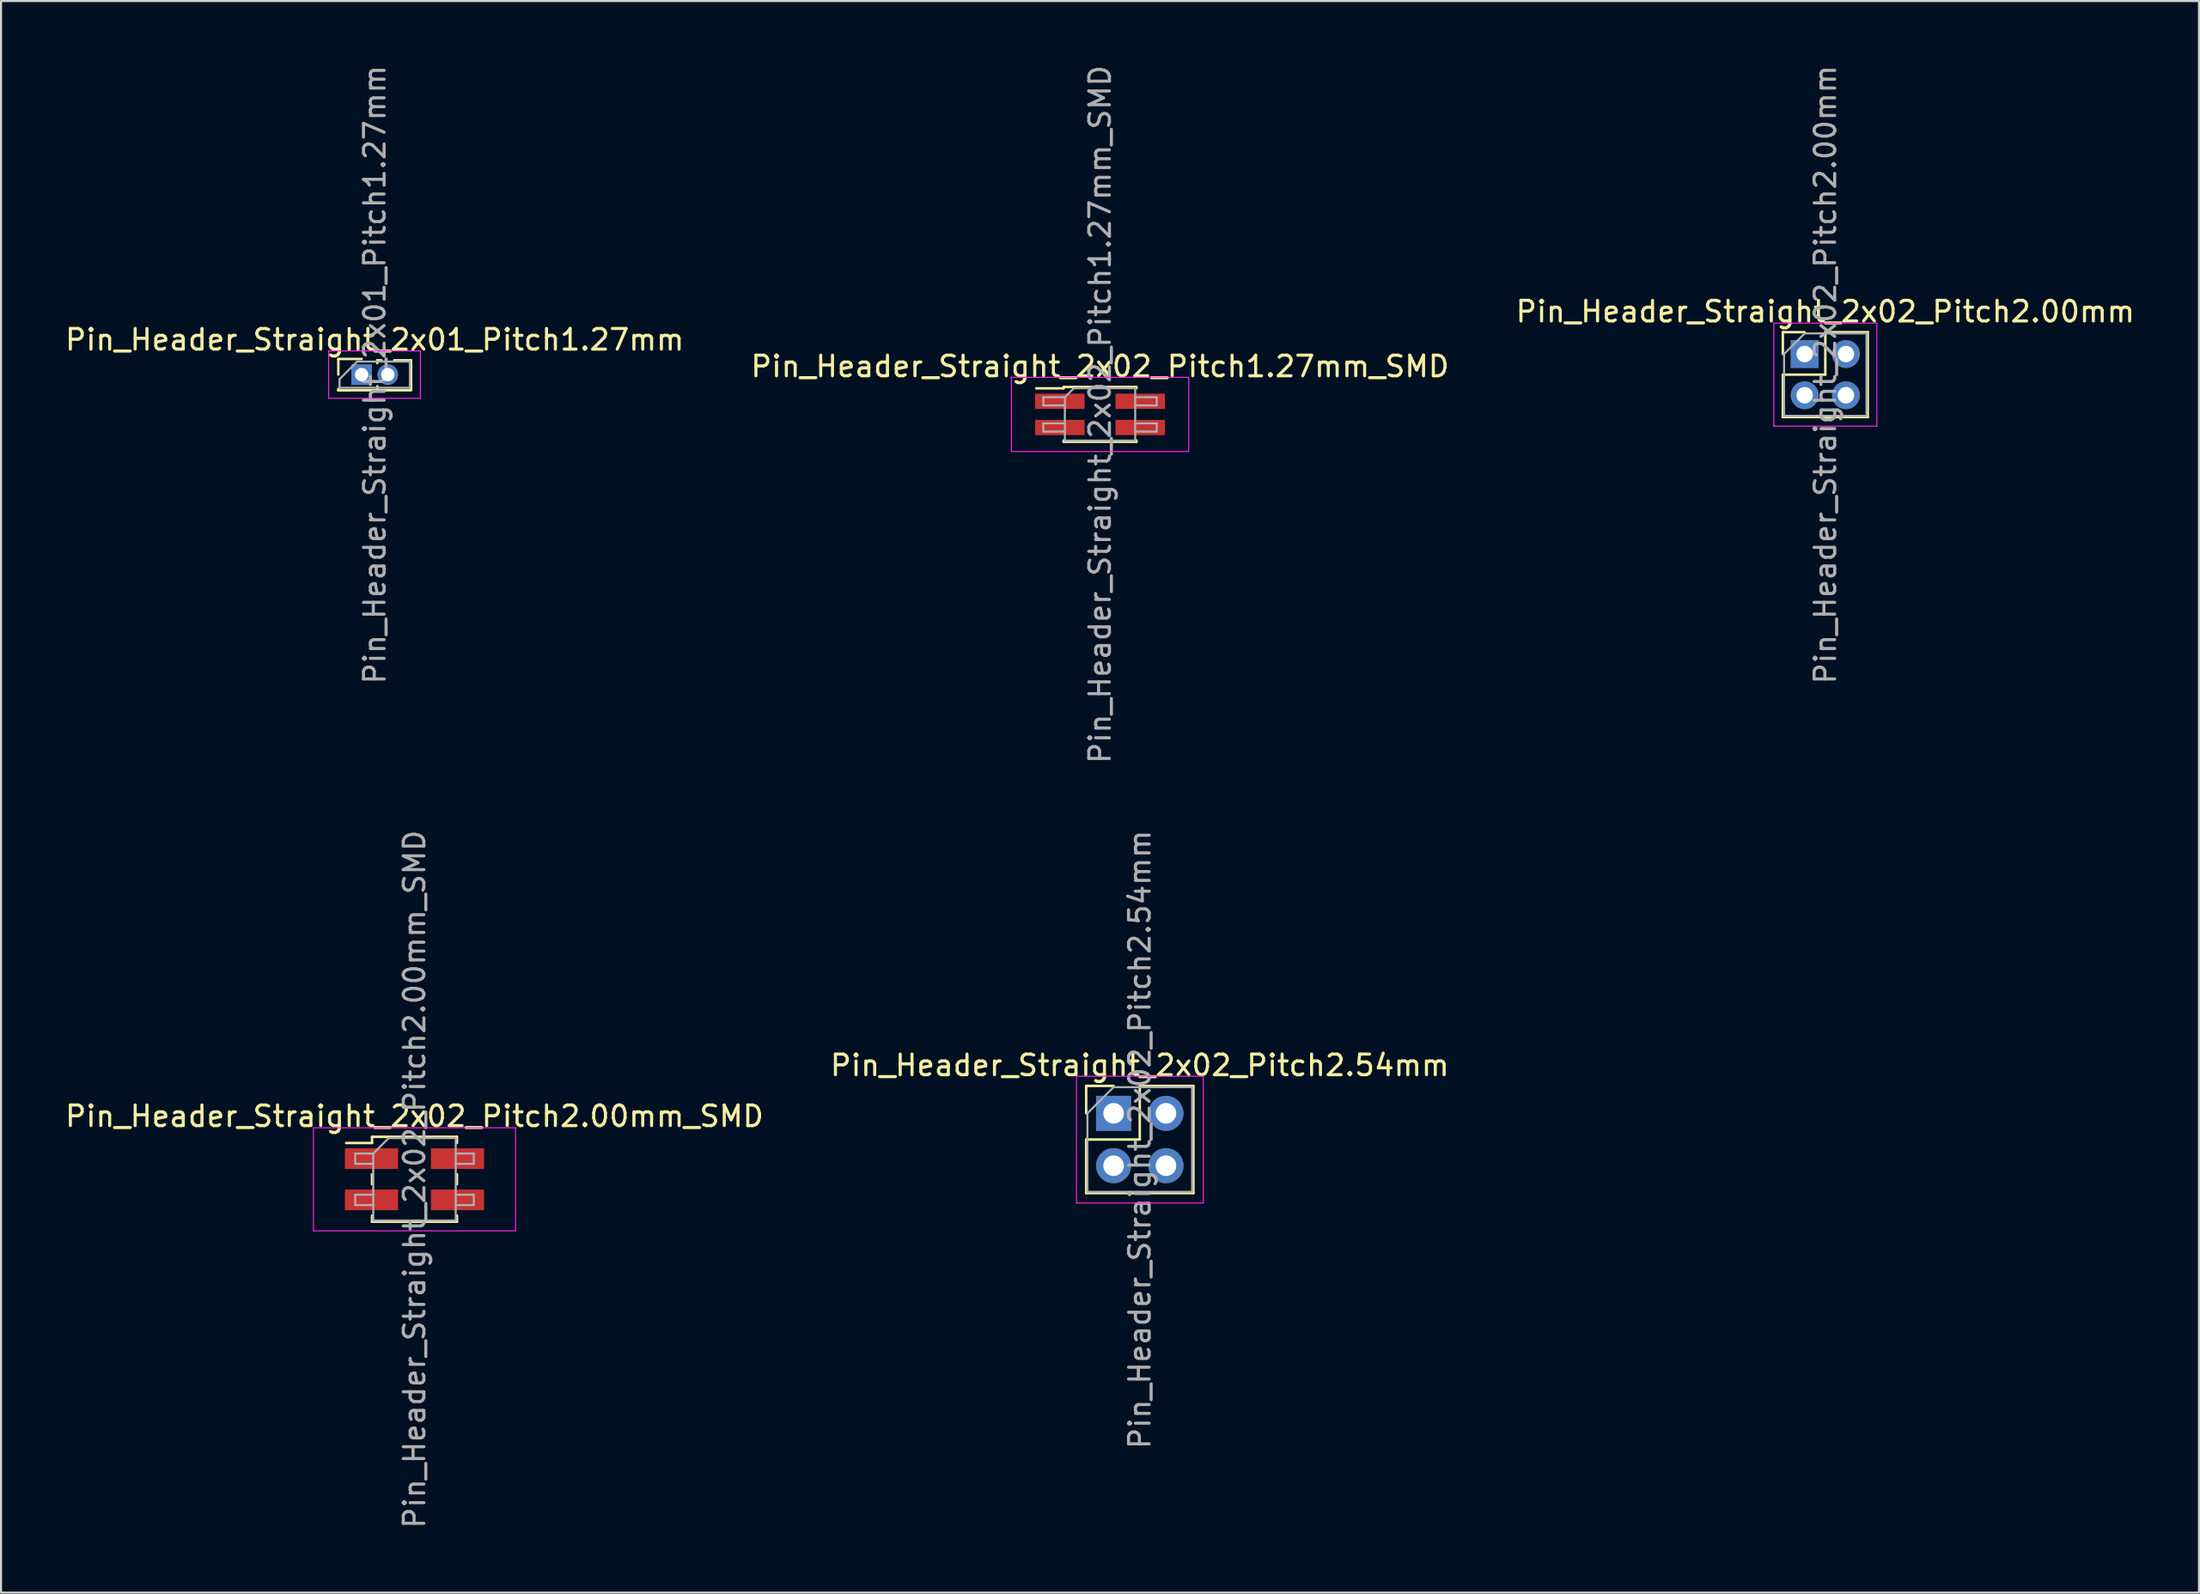
<source format=kicad_pcb>
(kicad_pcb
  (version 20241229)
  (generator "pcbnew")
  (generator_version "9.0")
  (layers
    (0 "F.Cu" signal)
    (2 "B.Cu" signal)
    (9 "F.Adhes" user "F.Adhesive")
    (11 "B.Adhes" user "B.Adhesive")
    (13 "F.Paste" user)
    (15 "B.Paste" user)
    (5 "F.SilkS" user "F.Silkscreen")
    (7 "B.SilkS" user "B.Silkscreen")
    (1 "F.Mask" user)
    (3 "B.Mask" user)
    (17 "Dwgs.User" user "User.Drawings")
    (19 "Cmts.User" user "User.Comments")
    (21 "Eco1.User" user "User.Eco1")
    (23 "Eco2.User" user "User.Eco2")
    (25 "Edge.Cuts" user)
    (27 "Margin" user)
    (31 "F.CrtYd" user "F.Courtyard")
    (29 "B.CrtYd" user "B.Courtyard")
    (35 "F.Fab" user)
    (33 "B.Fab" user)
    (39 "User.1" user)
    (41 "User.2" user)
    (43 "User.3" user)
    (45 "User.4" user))
  (footprint "Pin_Header_Straight_2x02_Pitch2.00mm_SMD"
    (layer "F.Cu")
    (at 17.054 54.161)
    (property "Reference" "Pin_Header_Straight_2x02_Pitch2.00mm_SMD" (at 0 -3.06 0) (layer "F.SilkS") (effects (font (size 1 1) (thickness 0.15))))
    (attr smd)
    (fp_line (start -3.315 -1.76) (end -2.06 -1.76) (stroke (width 0.12) (type solid)) (layer "F.SilkS"))
    (fp_line (start -2.06 -2.06) (end -2.06 -1.76) (stroke (width 0.12) (type solid)) (layer "F.SilkS"))
    (fp_line (start -2.06 -2.06) (end 2.06 -2.06) (stroke (width 0.12) (type solid)) (layer "F.SilkS"))
    (fp_line (start -2.06 -0.24) (end -2.06 0.24) (stroke (width 0.12) (type solid)) (layer "F.SilkS"))
    (fp_line (start -2.06 1.76) (end -2.06 2.06) (stroke (width 0.12) (type solid)) (layer "F.SilkS"))
    (fp_line (start -2.06 2.06) (end 2.06 2.06) (stroke (width 0.12) (type solid)) (layer "F.SilkS"))
    (fp_line (start 2.06 -2.06) (end 2.06 -1.76) (stroke (width 0.12) (type solid)) (layer "F.SilkS"))
    (fp_line (start 2.06 -0.24) (end 2.06 0.24) (stroke (width 0.12) (type solid)) (layer "F.SilkS"))
    (fp_line (start 2.06 1.76) (end 2.06 2.06) (stroke (width 0.12) (type solid)) (layer "F.SilkS"))
    (fp_line (start -4.9 -2.5) (end -4.9 2.5) (stroke (width 0.05) (type solid)) (layer "F.CrtYd"))
    (fp_line (start -4.9 2.5) (end 4.9 2.5) (stroke (width 0.05) (type solid)) (layer "F.CrtYd"))
    (fp_line (start 4.9 -2.5) (end -4.9 -2.5) (stroke (width 0.05) (type solid)) (layer "F.CrtYd"))
    (fp_line (start 4.9 2.5) (end 4.9 -2.5) (stroke (width 0.05) (type solid)) (layer "F.CrtYd"))
    (fp_line (start -2.875 -1.25) (end -2.875 -0.75) (stroke (width 0.1) (type solid)) (layer "F.Fab"))
    (fp_line (start -2.875 -0.75) (end -2 -0.75) (stroke (width 0.1) (type solid)) (layer "F.Fab"))
    (fp_line (start -2.875 0.75) (end -2.875 1.25) (stroke (width 0.1) (type solid)) (layer "F.Fab"))
    (fp_line (start -2.875 1.25) (end -2 1.25) (stroke (width 0.1) (type solid)) (layer "F.Fab"))
    (fp_line (start -2 -1.25) (end -2.875 -1.25) (stroke (width 0.1) (type solid)) (layer "F.Fab"))
    (fp_line (start -2 -1.25) (end -1.25 -2) (stroke (width 0.1) (type solid)) (layer "F.Fab"))
    (fp_line (start -2 0.75) (end -2.875 0.75) (stroke (width 0.1) (type solid)) (layer "F.Fab"))
    (fp_line (start -2 2) (end -2 -1.25) (stroke (width 0.1) (type solid)) (layer "F.Fab"))
    (fp_line (start -1.25 -2) (end 2 -2) (stroke (width 0.1) (type solid)) (layer "F.Fab"))
    (fp_line (start 2 -2) (end 2 2) (stroke (width 0.1) (type solid)) (layer "F.Fab"))
    (fp_line (start 2 -1.25) (end 2.875 -1.25) (stroke (width 0.1) (type solid)) (layer "F.Fab"))
    (fp_line (start 2 0.75) (end 2.875 0.75) (stroke (width 0.1) (type solid)) (layer "F.Fab"))
    (fp_line (start 2 2) (end -2 2) (stroke (width 0.1) (type solid)) (layer "F.Fab"))
    (fp_line (start 2.875 -1.25) (end 2.875 -0.75) (stroke (width 0.1) (type solid)) (layer "F.Fab"))
    (fp_line (start 2.875 -0.75) (end 2 -0.75) (stroke (width 0.1) (type solid)) (layer "F.Fab"))
    (fp_line (start 2.875 0.75) (end 2.875 1.25) (stroke (width 0.1) (type solid)) (layer "F.Fab"))
    (fp_line (start 2.875 1.25) (end 2 1.25) (stroke (width 0.1) (type solid)) (layer "F.Fab"))
    (fp_text user "${REFERENCE}" (at 0 0 90) (layer "F.Fab") (effects (font (size 1 1) (thickness 0.15))))
    (pad "1" smd rect (at -2.085 -1) (size 2.58 1) (layers "F.Cu" "F.Mask" "F.Paste"))
    (pad "2" smd rect (at 2.085 -1) (size 2.58 1) (layers "F.Cu" "F.Mask" "F.Paste"))
    (pad "3" smd rect (at -2.085 1) (size 2.58 1) (layers "F.Cu" "F.Mask" "F.Paste"))
    (pad "4" smd rect (at 2.085 1) (size 2.58 1) (layers "F.Cu" "F.Mask" "F.Paste")))
  (footprint "Pin_Header_Straight_2x02_Pitch2.00mm"
    (layer "F.Cu")
    (at 84.482 14.125)
    (property "Reference" "Pin_Header_Straight_2x02_Pitch2.00mm" (at 1 -2.06 0) (layer "F.SilkS") (effects (font (size 1 1) (thickness 0.15))))
    (attr through_hole)
    (fp_line (start -1.06 -1.06) (end 0 -1.06) (stroke (width 0.12) (type solid)) (layer "F.SilkS"))
    (fp_line (start -1.06 0) (end -1.06 -1.06) (stroke (width 0.12) (type solid)) (layer "F.SilkS"))
    (fp_line (start -1.06 1) (end -1.06 3.06) (stroke (width 0.12) (type solid)) (layer "F.SilkS"))
    (fp_line (start -1.06 1) (end 1 1) (stroke (width 0.12) (type solid)) (layer "F.SilkS"))
    (fp_line (start -1.06 3.06) (end 3.06 3.06) (stroke (width 0.12) (type solid)) (layer "F.SilkS"))
    (fp_line (start 1 -1.06) (end 3.06 -1.06) (stroke (width 0.12) (type solid)) (layer "F.SilkS"))
    (fp_line (start 1 1) (end 1 -1.06) (stroke (width 0.12) (type solid)) (layer "F.SilkS"))
    (fp_line (start 3.06 -1.06) (end 3.06 3.06) (stroke (width 0.12) (type solid)) (layer "F.SilkS"))
    (fp_line (start -1.5 -1.5) (end -1.5 3.5) (stroke (width 0.05) (type solid)) (layer "F.CrtYd"))
    (fp_line (start -1.5 3.5) (end 3.5 3.5) (stroke (width 0.05) (type solid)) (layer "F.CrtYd"))
    (fp_line (start 3.5 -1.5) (end -1.5 -1.5) (stroke (width 0.05) (type solid)) (layer "F.CrtYd"))
    (fp_line (start 3.5 3.5) (end 3.5 -1.5) (stroke (width 0.05) (type solid)) (layer "F.CrtYd"))
    (fp_line (start -1 0) (end 0 -1) (stroke (width 0.1) (type solid)) (layer "F.Fab"))
    (fp_line (start -1 3) (end -1 0) (stroke (width 0.1) (type solid)) (layer "F.Fab"))
    (fp_line (start 0 -1) (end 3 -1) (stroke (width 0.1) (type solid)) (layer "F.Fab"))
    (fp_line (start 3 -1) (end 3 3) (stroke (width 0.1) (type solid)) (layer "F.Fab"))
    (fp_line (start 3 3) (end -1 3) (stroke (width 0.1) (type solid)) (layer "F.Fab"))
    (fp_text user "${REFERENCE}" (at 1 1 90) (layer "F.Fab") (effects (font (size 1 1) (thickness 0.15))))
    (pad "1" thru_hole rect (at 0 0) (size 1.35 1.35) (drill 0.8) (layers "*.Cu" "*.Mask"))
    (pad "2" thru_hole oval (at 2 0) (size 1.35 1.35) (drill 0.8) (layers "*.Cu" "*.Mask"))
    (pad "3" thru_hole oval (at 0 2) (size 1.35 1.35) (drill 0.8) (layers "*.Cu" "*.Mask"))
    (pad "4" thru_hole oval (at 2 2) (size 1.35 1.35) (drill 0.8) (layers "*.Cu" "*.Mask")))
  (footprint "Pin_Header_Straight_2x02_Pitch1.27mm_SMD"
    (layer "F.Cu")
    (at 50.304 17.054)
    (property "Reference" "Pin_Header_Straight_2x02_Pitch1.27mm_SMD" (at 0 -2.33 0) (layer "F.SilkS") (effects (font (size 1 1) (thickness 0.15))))
    (attr smd)
    (fp_line (start -3.09 -1.265) (end -1.765 -1.265) (stroke (width 0.12) (type solid)) (layer "F.SilkS"))
    (fp_line (start -1.765 -1.33) (end -1.765 -1.265) (stroke (width 0.12) (type solid)) (layer "F.SilkS"))
    (fp_line (start -1.765 -1.33) (end 1.765 -1.33) (stroke (width 0.12) (type solid)) (layer "F.SilkS"))
    (fp_line (start -1.765 1.265) (end -1.765 1.33) (stroke (width 0.12) (type solid)) (layer "F.SilkS"))
    (fp_line (start -1.765 1.33) (end 1.765 1.33) (stroke (width 0.12) (type solid)) (layer "F.SilkS"))
    (fp_line (start 1.765 -1.33) (end 1.765 -1.265) (stroke (width 0.12) (type solid)) (layer "F.SilkS"))
    (fp_line (start 1.765 1.265) (end 1.765 1.33) (stroke (width 0.12) (type solid)) (layer "F.SilkS"))
    (fp_line (start -4.3 -1.8) (end -4.3 1.8) (stroke (width 0.05) (type solid)) (layer "F.CrtYd"))
    (fp_line (start -4.3 1.8) (end 4.3 1.8) (stroke (width 0.05) (type solid)) (layer "F.CrtYd"))
    (fp_line (start 4.3 -1.8) (end -4.3 -1.8) (stroke (width 0.05) (type solid)) (layer "F.CrtYd"))
    (fp_line (start 4.3 1.8) (end 4.3 -1.8) (stroke (width 0.05) (type solid)) (layer "F.CrtYd"))
    (fp_line (start -2.75 -0.835) (end -2.75 -0.435) (stroke (width 0.1) (type solid)) (layer "F.Fab"))
    (fp_line (start -2.75 -0.435) (end -1.705 -0.435) (stroke (width 0.1) (type solid)) (layer "F.Fab"))
    (fp_line (start -2.75 0.435) (end -2.75 0.835) (stroke (width 0.1) (type solid)) (layer "F.Fab"))
    (fp_line (start -2.75 0.835) (end -1.705 0.835) (stroke (width 0.1) (type solid)) (layer "F.Fab"))
    (fp_line (start -1.705 -0.835) (end -2.75 -0.835) (stroke (width 0.1) (type solid)) (layer "F.Fab"))
    (fp_line (start -1.705 -0.835) (end -1.27 -1.27) (stroke (width 0.1) (type solid)) (layer "F.Fab"))
    (fp_line (start -1.705 0.435) (end -2.75 0.435) (stroke (width 0.1) (type solid)) (layer "F.Fab"))
    (fp_line (start -1.705 1.27) (end -1.705 -0.835) (stroke (width 0.1) (type solid)) (layer "F.Fab"))
    (fp_line (start -1.27 -1.27) (end 1.705 -1.27) (stroke (width 0.1) (type solid)) (layer "F.Fab"))
    (fp_line (start 1.705 -1.27) (end 1.705 1.27) (stroke (width 0.1) (type solid)) (layer "F.Fab"))
    (fp_line (start 1.705 -0.835) (end 2.75 -0.835) (stroke (width 0.1) (type solid)) (layer "F.Fab"))
    (fp_line (start 1.705 0.435) (end 2.75 0.435) (stroke (width 0.1) (type solid)) (layer "F.Fab"))
    (fp_line (start 1.705 1.27) (end -1.705 1.27) (stroke (width 0.1) (type solid)) (layer "F.Fab"))
    (fp_line (start 2.75 -0.835) (end 2.75 -0.435) (stroke (width 0.1) (type solid)) (layer "F.Fab"))
    (fp_line (start 2.75 -0.435) (end 1.705 -0.435) (stroke (width 0.1) (type solid)) (layer "F.Fab"))
    (fp_line (start 2.75 0.435) (end 2.75 0.835) (stroke (width 0.1) (type solid)) (layer "F.Fab"))
    (fp_line (start 2.75 0.835) (end 1.705 0.835) (stroke (width 0.1) (type solid)) (layer "F.Fab"))
    (fp_text user "${REFERENCE}" (at 0 0 90) (layer "F.Fab") (effects (font (size 1 1) (thickness 0.15))))
    (pad "1" smd rect (at -1.95 -0.635) (size 2.4 0.74) (layers "F.Cu" "F.Mask" "F.Paste"))
    (pad "2" smd rect (at 1.95 -0.635) (size 2.4 0.74) (layers "F.Cu" "F.Mask" "F.Paste"))
    (pad "3" smd rect (at -1.95 0.635) (size 2.4 0.74) (layers "F.Cu" "F.Mask" "F.Paste"))
    (pad "4" smd rect (at 1.95 0.635) (size 2.4 0.74) (layers "F.Cu" "F.Mask" "F.Paste")))
  (footprint "Pin_Header_Straight_2x02_Pitch2.54mm"
    (layer "F.Cu")
    (at 50.962 50.962)
    (property "Reference" "Pin_Header_Straight_2x02_Pitch2.54mm" (at 1.27 -2.33 0) (layer "F.SilkS") (effects (font (size 1 1) (thickness 0.15))))
    (attr through_hole)
    (fp_line (start -1.33 -1.33) (end 0 -1.33) (stroke (width 0.12) (type solid)) (layer "F.SilkS"))
    (fp_line (start -1.33 0) (end -1.33 -1.33) (stroke (width 0.12) (type solid)) (layer "F.SilkS"))
    (fp_line (start -1.33 1.27) (end -1.33 3.87) (stroke (width 0.12) (type solid)) (layer "F.SilkS"))
    (fp_line (start -1.33 1.27) (end 1.27 1.27) (stroke (width 0.12) (type solid)) (layer "F.SilkS"))
    (fp_line (start -1.33 3.87) (end 3.87 3.87) (stroke (width 0.12) (type solid)) (layer "F.SilkS"))
    (fp_line (start 1.27 -1.33) (end 3.87 -1.33) (stroke (width 0.12) (type solid)) (layer "F.SilkS"))
    (fp_line (start 1.27 1.27) (end 1.27 -1.33) (stroke (width 0.12) (type solid)) (layer "F.SilkS"))
    (fp_line (start 3.87 -1.33) (end 3.87 3.87) (stroke (width 0.12) (type solid)) (layer "F.SilkS"))
    (fp_line (start -1.8 -1.8) (end -1.8 4.35) (stroke (width 0.05) (type solid)) (layer "F.CrtYd"))
    (fp_line (start -1.8 4.35) (end 4.35 4.35) (stroke (width 0.05) (type solid)) (layer "F.CrtYd"))
    (fp_line (start 4.35 -1.8) (end -1.8 -1.8) (stroke (width 0.05) (type solid)) (layer "F.CrtYd"))
    (fp_line (start 4.35 4.35) (end 4.35 -1.8) (stroke (width 0.05) (type solid)) (layer "F.CrtYd"))
    (fp_line (start -1.27 0) (end 0 -1.27) (stroke (width 0.1) (type solid)) (layer "F.Fab"))
    (fp_line (start -1.27 3.81) (end -1.27 0) (stroke (width 0.1) (type solid)) (layer "F.Fab"))
    (fp_line (start 0 -1.27) (end 3.81 -1.27) (stroke (width 0.1) (type solid)) (layer "F.Fab"))
    (fp_line (start 3.81 -1.27) (end 3.81 3.81) (stroke (width 0.1) (type solid)) (layer "F.Fab"))
    (fp_line (start 3.81 3.81) (end -1.27 3.81) (stroke (width 0.1) (type solid)) (layer "F.Fab"))
    (fp_text user "${REFERENCE}" (at 1.27 1.27 90) (layer "F.Fab") (effects (font (size 1 1) (thickness 0.15))))
    (pad "1" thru_hole rect (at 0 0) (size 1.7 1.7) (drill 1) (layers "*.Cu" "*.Mask"))
    (pad "2" thru_hole oval (at 2.54 0) (size 1.7 1.7) (drill 1) (layers "*.Cu" "*.Mask"))
    (pad "3" thru_hole oval (at 0 2.54) (size 1.7 1.7) (drill 1) (layers "*.Cu" "*.Mask"))
    (pad "4" thru_hole oval (at 2.54 2.54) (size 1.7 1.7) (drill 1) (layers "*.Cu" "*.Mask")))
  (footprint "Pin_Header_Straight_2x01_Pitch1.27mm"
    (layer "F.Cu")
    (at 14.49 15.125)
    (property "Reference" "Pin_Header_Straight_2x01_Pitch1.27mm" (at 0.635 -1.695 0) (layer "F.SilkS") (effects (font (size 1 1) (thickness 0.15))))
    (attr through_hole)
    (fp_line (start -1.13 -0.76) (end 0 -0.76) (stroke (width 0.12) (type solid)) (layer "F.SilkS"))
    (fp_line (start -1.13 0) (end -1.13 -0.76) (stroke (width 0.12) (type solid)) (layer "F.SilkS"))
    (fp_line (start -1.13 0.76) (end -1.13 0.695) (stroke (width 0.12) (type solid)) (layer "F.SilkS"))
    (fp_line (start -1.13 0.76) (end -0.563 0.76) (stroke (width 0.12) (type solid)) (layer "F.SilkS"))
    (fp_line (start -1.13 0.76) (end 2.4 0.76) (stroke (width 0.12) (type solid)) (layer "F.SilkS"))
    (fp_line (start 0.563 0.76) (end 0.707 0.76) (stroke (width 0.12) (type solid)) (layer "F.SilkS"))
    (fp_line (start 0.76 -0.695) (end 0.962 -0.695) (stroke (width 0.12) (type solid)) (layer "F.SilkS"))
    (fp_line (start 0.76 -0.563) (end 0.76 -0.695) (stroke (width 0.12) (type solid)) (layer "F.SilkS"))
    (fp_line (start 0.76 0.707) (end 0.76 0.563) (stroke (width 0.12) (type solid)) (layer "F.SilkS"))
    (fp_line (start 1.578 -0.695) (end 2.4 -0.695) (stroke (width 0.12) (type solid)) (layer "F.SilkS"))
    (fp_line (start 2.4 -0.695) (end 2.4 0.695) (stroke (width 0.12) (type solid)) (layer "F.SilkS"))
    (fp_line (start -1.6 -1.15) (end -1.6 1.15) (stroke (width 0.05) (type solid)) (layer "F.CrtYd"))
    (fp_line (start -1.6 1.15) (end 2.85 1.15) (stroke (width 0.05) (type solid)) (layer "F.CrtYd"))
    (fp_line (start 2.85 -1.15) (end -1.6 -1.15) (stroke (width 0.05) (type solid)) (layer "F.CrtYd"))
    (fp_line (start 2.85 1.15) (end 2.85 -1.15) (stroke (width 0.05) (type solid)) (layer "F.CrtYd"))
    (fp_line (start -1.07 0.217) (end -0.217 -0.635) (stroke (width 0.1) (type solid)) (layer "F.Fab"))
    (fp_line (start -1.07 0.635) (end -1.07 0.217) (stroke (width 0.1) (type solid)) (layer "F.Fab"))
    (fp_line (start -0.217 -0.635) (end 2.34 -0.635) (stroke (width 0.1) (type solid)) (layer "F.Fab"))
    (fp_line (start 2.34 -0.635) (end 2.34 0.635) (stroke (width 0.1) (type solid)) (layer "F.Fab"))
    (fp_line (start 2.34 0.635) (end -1.07 0.635) (stroke (width 0.1) (type solid)) (layer "F.Fab"))
    (fp_text user "${REFERENCE}" (at 0.635 0 90) (layer "F.Fab") (effects (font (size 1 1) (thickness 0.15))))
    (pad "1" thru_hole rect (at 0 0) (size 1 1) (drill 0.65) (layers "*.Cu" "*.Mask"))
    (pad "2" thru_hole oval (at 1.27 0) (size 1 1) (drill 0.65) (layers "*.Cu" "*.Mask")))
  (gr_rect
    (start -3 -3)
    (end 103.607 74.214)
    (stroke (width 0.1) (type default))
    (fill no)
    (layer "Edge.Cuts")))
</source>
